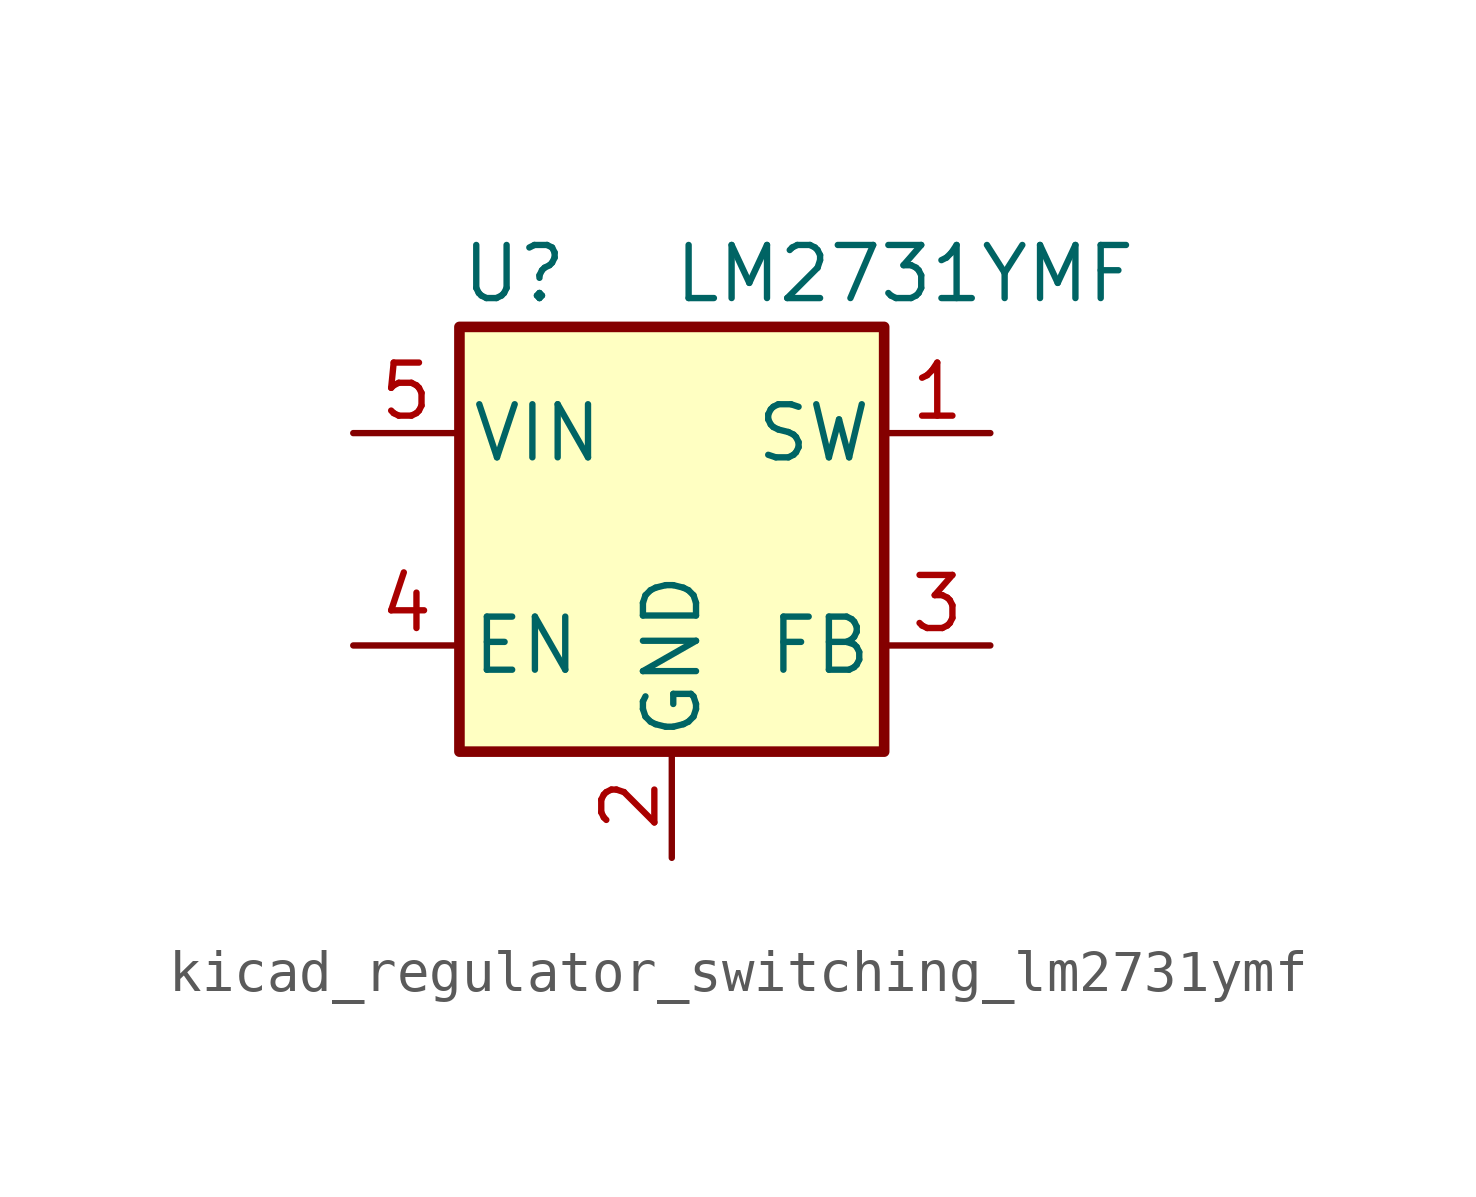
<source format=kicad_sym>
(kicad_symbol_lib
  (version 20220914)
  (generator kicad_symbol_editor)
  (symbol "kicad_regulator_switching_lm2731ymf"
    (pin_names
      (offset 0.254))
    (property "Reference" "U"
      (at -5.08 6.35 0)
      (effects (font (size 1.27 1.27)) (justify left)))
    (property "Value" "LM2731YMF"
      (at 0 6.35 0)
      (effects (font (size 1.27 1.27)) (justify left)))
    (symbol "kicad_regulator_switching_lm2731ymf_0_1"
      (rectangle (start -5.08 5.08) (end 5.08 -5.08) (stroke (width 0.254) (type default)) (fill (type background))))
    (symbol "kicad_regulator_switching_lm2731ymf_1_1"
      (pin output line (at 7.62 2.54 180) (length 2.54) (name "SW" (effects (font (size 1.27 1.27)))) (number "1" (effects (font (size 1.27 1.27)))))
      (pin power_in line (at 0 -7.62 90) (length 2.54) (name "GND" (effects (font (size 1.27 1.27)))) (number "2" (effects (font (size 1.27 1.27)))))
      (pin input line (at 7.62 -2.54 180) (length 2.54) (name "FB" (effects (font (size 1.27 1.27)))) (number "3" (effects (font (size 1.27 1.27)))))
      (pin input line (at -7.62 -2.54 0) (length 2.54) (name "EN" (effects (font (size 1.27 1.27)))) (number "4" (effects (font (size 1.27 1.27)))))
      (pin input line (at -7.62 2.54 0) (length 2.54) (name "VIN" (effects (font (size 1.27 1.27)))) (number "5" (effects (font (size 1.27 1.27))))))))
</source>
